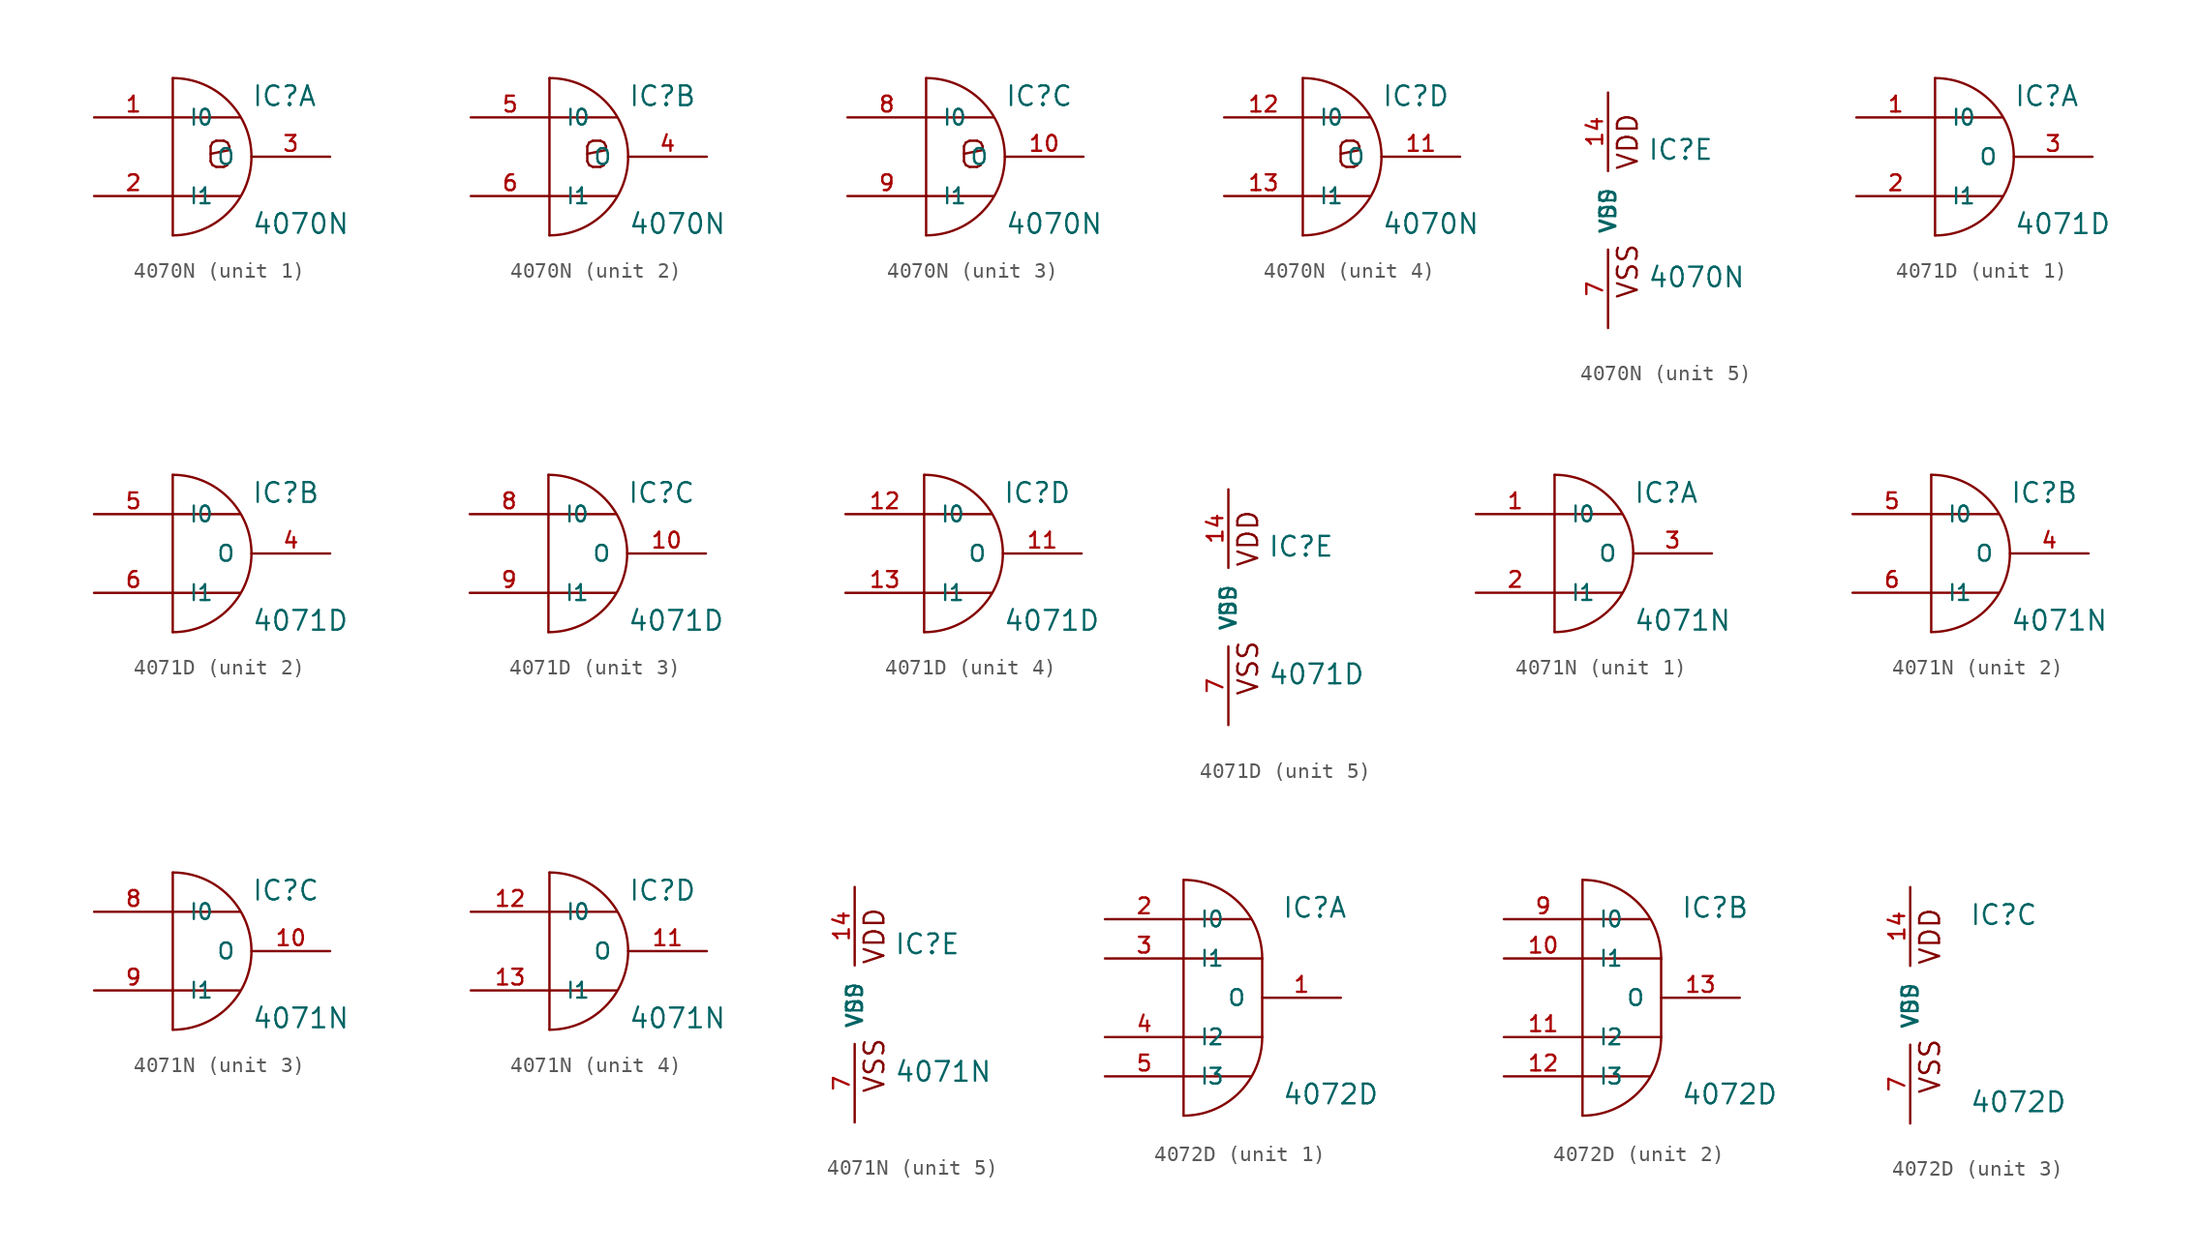
<source format=kicad_sym>
(kicad_symbol_lib
  (version 20211014)
  (generator kicad_symbol_editor)
  (symbol "4070N"
    (pin_names
      (offset 1.016))
    (property "Reference" "IC"
      (at 2.54 3.175 0)
      (effects (font (size 1.27 1.27)) (justify left bottom)))
    (property "Value" "4070N"
      (at 2.54 -5.08 0)
      (effects (font (size 1.27 1.27)) (justify left bottom)))
    (property "ki_locked" ""
      (at 0 0 0)
      (effects (font (size 1.27 1.27))))
    (symbol "4070N_1_0"
      (polyline (pts (xy -2.54 5.08) (xy -2.54 -5.08)) (stroke (width 0) (type default) (color 0 0 0 0)) (fill (type none)))
      (polyline (pts (xy 1.778 -2.54) (xy -2.54 -2.54)) (stroke (width 0) (type default) (color 0 0 0 0)) (fill (type none)))
      (polyline (pts (xy 1.778 2.54) (xy -2.54 2.54)) (stroke (width 0) (type default) (color 0 0 0 0)) (fill (type none)))
      (text "e" (at 0.508 0.508 0) (effects (font (size 2.54 2.54)))))
    (symbol "4070N_1_1"
      (arc (start -2.54 -5.08) (mid 2.54 0) (end -2.54 5.08) (stroke (width 0) (type default) (color 0 0 0 0)) (fill (type none)))
      (pin input line (at -7.62 2.54 0) (length 5.08) (name "I0" (effects (font (size 1.016 1.016)))) (number "1" (effects (font (size 1.016 1.016)))))
      (pin input line (at -7.62 -2.54 0) (length 5.08) (name "I1" (effects (font (size 1.016 1.016)))) (number "2" (effects (font (size 1.016 1.016)))))
      (pin output line (at 7.62 0 180) (length 5.08) (name "O" (effects (font (size 1.016 1.016)))) (number "3" (effects (font (size 1.016 1.016))))))
    (symbol "4070N_2_0"
      (polyline (pts (xy -2.54 5.08) (xy -2.54 -5.08)) (stroke (width 0) (type default) (color 0 0 0 0)) (fill (type none)))
      (polyline (pts (xy 1.778 -2.54) (xy -2.54 -2.54)) (stroke (width 0) (type default) (color 0 0 0 0)) (fill (type none)))
      (polyline (pts (xy 1.778 2.54) (xy -2.54 2.54)) (stroke (width 0) (type default) (color 0 0 0 0)) (fill (type none)))
      (text "e" (at 0.508 0.508 0) (effects (font (size 2.54 2.54)))))
    (symbol "4070N_2_1"
      (arc (start -2.54 -5.08) (mid 2.54 0) (end -2.54 5.08) (stroke (width 0) (type default) (color 0 0 0 0)) (fill (type none)))
      (pin output line (at 7.62 0 180) (length 5.08) (name "O" (effects (font (size 1.016 1.016)))) (number "4" (effects (font (size 1.016 1.016)))))
      (pin input line (at -7.62 2.54 0) (length 5.08) (name "I0" (effects (font (size 1.016 1.016)))) (number "5" (effects (font (size 1.016 1.016)))))
      (pin input line (at -7.62 -2.54 0) (length 5.08) (name "I1" (effects (font (size 1.016 1.016)))) (number "6" (effects (font (size 1.016 1.016))))))
    (symbol "4070N_3_0"
      (polyline (pts (xy -2.54 5.08) (xy -2.54 -5.08)) (stroke (width 0) (type default) (color 0 0 0 0)) (fill (type none)))
      (polyline (pts (xy 1.778 -2.54) (xy -2.54 -2.54)) (stroke (width 0) (type default) (color 0 0 0 0)) (fill (type none)))
      (polyline (pts (xy 1.778 2.54) (xy -2.54 2.54)) (stroke (width 0) (type default) (color 0 0 0 0)) (fill (type none)))
      (text "e" (at 0.508 0.508 0) (effects (font (size 2.54 2.54)))))
    (symbol "4070N_3_1"
      (arc (start -2.54 -5.08) (mid 2.54 0) (end -2.54 5.08) (stroke (width 0) (type default) (color 0 0 0 0)) (fill (type none)))
      (pin output line (at 7.62 0 180) (length 5.08) (name "O" (effects (font (size 1.016 1.016)))) (number "10" (effects (font (size 1.016 1.016)))))
      (pin input line (at -7.62 2.54 0) (length 5.08) (name "I0" (effects (font (size 1.016 1.016)))) (number "8" (effects (font (size 1.016 1.016)))))
      (pin input line (at -7.62 -2.54 0) (length 5.08) (name "I1" (effects (font (size 1.016 1.016)))) (number "9" (effects (font (size 1.016 1.016))))))
    (symbol "4070N_4_0"
      (polyline (pts (xy -2.54 5.08) (xy -2.54 -5.08)) (stroke (width 0) (type default) (color 0 0 0 0)) (fill (type none)))
      (polyline (pts (xy 1.778 -2.54) (xy -2.54 -2.54)) (stroke (width 0) (type default) (color 0 0 0 0)) (fill (type none)))
      (polyline (pts (xy 1.778 2.54) (xy -2.54 2.54)) (stroke (width 0) (type default) (color 0 0 0 0)) (fill (type none)))
      (text "e" (at 0.508 0.508 0) (effects (font (size 2.54 2.54)))))
    (symbol "4070N_4_1"
      (arc (start -2.54 -5.08) (mid 2.54 0) (end -2.54 5.08) (stroke (width 0) (type default) (color 0 0 0 0)) (fill (type none)))
      (pin output line (at 7.62 0 180) (length 5.08) (name "O" (effects (font (size 1.016 1.016)))) (number "11" (effects (font (size 1.016 1.016)))))
      (pin input line (at -7.62 2.54 0) (length 5.08) (name "I0" (effects (font (size 1.016 1.016)))) (number "12" (effects (font (size 1.016 1.016)))))
      (pin input line (at -7.62 -2.54 0) (length 5.08) (name "I1" (effects (font (size 1.016 1.016)))) (number "13" (effects (font (size 1.016 1.016))))))
    (symbol "4070N_5_0"
      (text "VDD" (at 1.27 4.445 1) (effects (font (size 1.27 1.27))))
      (text "VSS" (at 1.27 -3.937 1) (effects (font (size 1.27 1.27)))))
    (symbol "4070N_5_1"
      (pin power_in line (at 0 7.62 270) (length 5.08) (name "VDD" (effects (font (size 1.016 1.016)))) (number "14" (effects (font (size 1.016 1.016)))))
      (pin power_in line (at 0 -7.62 90) (length 5.08) (name "VSS" (effects (font (size 1.016 1.016)))) (number "7" (effects (font (size 1.016 1.016)))))))
  (symbol "4071D"
    (pin_names
      (offset 1.016))
    (property "Reference" "IC"
      (at 2.54 3.175 0)
      (effects (font (size 1.27 1.27)) (justify left bottom)))
    (property "Value" "4071D"
      (at 2.54 -5.08 0)
      (effects (font (size 1.27 1.27)) (justify left bottom)))
    (property "ki_locked" ""
      (at 0 0 0)
      (effects (font (size 1.27 1.27))))
    (symbol "4071D_1_0"
      (polyline (pts (xy -2.54 5.08) (xy -2.54 -5.08)) (stroke (width 0) (type default) (color 0 0 0 0)) (fill (type none)))
      (polyline (pts (xy 1.778 -2.54) (xy -2.54 -2.54)) (stroke (width 0) (type default) (color 0 0 0 0)) (fill (type none)))
      (polyline (pts (xy 1.778 2.54) (xy -2.54 2.54)) (stroke (width 0) (type default) (color 0 0 0 0)) (fill (type none))))
    (symbol "4071D_1_1"
      (arc (start -2.54 -5.08) (mid 2.54 0) (end -2.54 5.08) (stroke (width 0) (type default) (color 0 0 0 0)) (fill (type none)))
      (pin input line (at -7.62 2.54 0) (length 5.08) (name "I0" (effects (font (size 1.016 1.016)))) (number "1" (effects (font (size 1.016 1.016)))))
      (pin input line (at -7.62 -2.54 0) (length 5.08) (name "I1" (effects (font (size 1.016 1.016)))) (number "2" (effects (font (size 1.016 1.016)))))
      (pin output line (at 7.62 0 180) (length 5.08) (name "O" (effects (font (size 1.016 1.016)))) (number "3" (effects (font (size 1.016 1.016))))))
    (symbol "4071D_2_0"
      (polyline (pts (xy -2.54 5.08) (xy -2.54 -5.08)) (stroke (width 0) (type default) (color 0 0 0 0)) (fill (type none)))
      (polyline (pts (xy 1.778 -2.54) (xy -2.54 -2.54)) (stroke (width 0) (type default) (color 0 0 0 0)) (fill (type none)))
      (polyline (pts (xy 1.778 2.54) (xy -2.54 2.54)) (stroke (width 0) (type default) (color 0 0 0 0)) (fill (type none))))
    (symbol "4071D_2_1"
      (arc (start -2.54 -5.08) (mid 2.54 0) (end -2.54 5.08) (stroke (width 0) (type default) (color 0 0 0 0)) (fill (type none)))
      (pin output line (at 7.62 0 180) (length 5.08) (name "O" (effects (font (size 1.016 1.016)))) (number "4" (effects (font (size 1.016 1.016)))))
      (pin input line (at -7.62 2.54 0) (length 5.08) (name "I0" (effects (font (size 1.016 1.016)))) (number "5" (effects (font (size 1.016 1.016)))))
      (pin input line (at -7.62 -2.54 0) (length 5.08) (name "I1" (effects (font (size 1.016 1.016)))) (number "6" (effects (font (size 1.016 1.016))))))
    (symbol "4071D_3_0"
      (polyline (pts (xy -2.54 5.08) (xy -2.54 -5.08)) (stroke (width 0) (type default) (color 0 0 0 0)) (fill (type none)))
      (polyline (pts (xy 1.778 -2.54) (xy -2.54 -2.54)) (stroke (width 0) (type default) (color 0 0 0 0)) (fill (type none)))
      (polyline (pts (xy 1.778 2.54) (xy -2.54 2.54)) (stroke (width 0) (type default) (color 0 0 0 0)) (fill (type none))))
    (symbol "4071D_3_1"
      (arc (start -2.54 -5.08) (mid 2.54 0) (end -2.54 5.08) (stroke (width 0) (type default) (color 0 0 0 0)) (fill (type none)))
      (pin output line (at 7.62 0 180) (length 5.08) (name "O" (effects (font (size 1.016 1.016)))) (number "10" (effects (font (size 1.016 1.016)))))
      (pin input line (at -7.62 2.54 0) (length 5.08) (name "I0" (effects (font (size 1.016 1.016)))) (number "8" (effects (font (size 1.016 1.016)))))
      (pin input line (at -7.62 -2.54 0) (length 5.08) (name "I1" (effects (font (size 1.016 1.016)))) (number "9" (effects (font (size 1.016 1.016))))))
    (symbol "4071D_4_0"
      (polyline (pts (xy -2.54 5.08) (xy -2.54 -5.08)) (stroke (width 0) (type default) (color 0 0 0 0)) (fill (type none)))
      (polyline (pts (xy 1.778 -2.54) (xy -2.54 -2.54)) (stroke (width 0) (type default) (color 0 0 0 0)) (fill (type none)))
      (polyline (pts (xy 1.778 2.54) (xy -2.54 2.54)) (stroke (width 0) (type default) (color 0 0 0 0)) (fill (type none))))
    (symbol "4071D_4_1"
      (arc (start -2.54 -5.08) (mid 2.54 0) (end -2.54 5.08) (stroke (width 0) (type default) (color 0 0 0 0)) (fill (type none)))
      (pin output line (at 7.62 0 180) (length 5.08) (name "O" (effects (font (size 1.016 1.016)))) (number "11" (effects (font (size 1.016 1.016)))))
      (pin input line (at -7.62 2.54 0) (length 5.08) (name "I0" (effects (font (size 1.016 1.016)))) (number "12" (effects (font (size 1.016 1.016)))))
      (pin input line (at -7.62 -2.54 0) (length 5.08) (name "I1" (effects (font (size 1.016 1.016)))) (number "13" (effects (font (size 1.016 1.016))))))
    (symbol "4071D_5_0"
      (text "VDD" (at 1.27 4.445 1) (effects (font (size 1.27 1.27))))
      (text "VSS" (at 1.27 -3.937 1) (effects (font (size 1.27 1.27)))))
    (symbol "4071D_5_1"
      (pin power_in line (at 0 7.62 270) (length 5.08) (name "VDD" (effects (font (size 1.016 1.016)))) (number "14" (effects (font (size 1.016 1.016)))))
      (pin power_in line (at 0 -7.62 90) (length 5.08) (name "VSS" (effects (font (size 1.016 1.016)))) (number "7" (effects (font (size 1.016 1.016)))))))
  (symbol "4071N"
    (pin_names
      (offset 1.016))
    (property "Reference" "IC"
      (at 2.54 3.175 0)
      (effects (font (size 1.27 1.27)) (justify left bottom)))
    (property "Value" "4071N"
      (at 2.54 -5.08 0)
      (effects (font (size 1.27 1.27)) (justify left bottom)))
    (property "ki_locked" ""
      (at 0 0 0)
      (effects (font (size 1.27 1.27))))
    (symbol "4071N_1_0"
      (polyline (pts (xy -2.54 5.08) (xy -2.54 -5.08)) (stroke (width 0) (type default) (color 0 0 0 0)) (fill (type none)))
      (polyline (pts (xy 1.778 -2.54) (xy -2.54 -2.54)) (stroke (width 0) (type default) (color 0 0 0 0)) (fill (type none)))
      (polyline (pts (xy 1.778 2.54) (xy -2.54 2.54)) (stroke (width 0) (type default) (color 0 0 0 0)) (fill (type none))))
    (symbol "4071N_1_1"
      (arc (start -2.54 -5.08) (mid 2.54 0) (end -2.54 5.08) (stroke (width 0) (type default) (color 0 0 0 0)) (fill (type none)))
      (pin input line (at -7.62 2.54 0) (length 5.08) (name "I0" (effects (font (size 1.016 1.016)))) (number "1" (effects (font (size 1.016 1.016)))))
      (pin input line (at -7.62 -2.54 0) (length 5.08) (name "I1" (effects (font (size 1.016 1.016)))) (number "2" (effects (font (size 1.016 1.016)))))
      (pin output line (at 7.62 0 180) (length 5.08) (name "O" (effects (font (size 1.016 1.016)))) (number "3" (effects (font (size 1.016 1.016))))))
    (symbol "4071N_2_0"
      (polyline (pts (xy -2.54 5.08) (xy -2.54 -5.08)) (stroke (width 0) (type default) (color 0 0 0 0)) (fill (type none)))
      (polyline (pts (xy 1.778 -2.54) (xy -2.54 -2.54)) (stroke (width 0) (type default) (color 0 0 0 0)) (fill (type none)))
      (polyline (pts (xy 1.778 2.54) (xy -2.54 2.54)) (stroke (width 0) (type default) (color 0 0 0 0)) (fill (type none))))
    (symbol "4071N_2_1"
      (arc (start -2.54 -5.08) (mid 2.54 0) (end -2.54 5.08) (stroke (width 0) (type default) (color 0 0 0 0)) (fill (type none)))
      (pin output line (at 7.62 0 180) (length 5.08) (name "O" (effects (font (size 1.016 1.016)))) (number "4" (effects (font (size 1.016 1.016)))))
      (pin input line (at -7.62 2.54 0) (length 5.08) (name "I0" (effects (font (size 1.016 1.016)))) (number "5" (effects (font (size 1.016 1.016)))))
      (pin input line (at -7.62 -2.54 0) (length 5.08) (name "I1" (effects (font (size 1.016 1.016)))) (number "6" (effects (font (size 1.016 1.016))))))
    (symbol "4071N_3_0"
      (polyline (pts (xy -2.54 5.08) (xy -2.54 -5.08)) (stroke (width 0) (type default) (color 0 0 0 0)) (fill (type none)))
      (polyline (pts (xy 1.778 -2.54) (xy -2.54 -2.54)) (stroke (width 0) (type default) (color 0 0 0 0)) (fill (type none)))
      (polyline (pts (xy 1.778 2.54) (xy -2.54 2.54)) (stroke (width 0) (type default) (color 0 0 0 0)) (fill (type none))))
    (symbol "4071N_3_1"
      (arc (start -2.54 -5.08) (mid 2.54 0) (end -2.54 5.08) (stroke (width 0) (type default) (color 0 0 0 0)) (fill (type none)))
      (pin output line (at 7.62 0 180) (length 5.08) (name "O" (effects (font (size 1.016 1.016)))) (number "10" (effects (font (size 1.016 1.016)))))
      (pin input line (at -7.62 2.54 0) (length 5.08) (name "I0" (effects (font (size 1.016 1.016)))) (number "8" (effects (font (size 1.016 1.016)))))
      (pin input line (at -7.62 -2.54 0) (length 5.08) (name "I1" (effects (font (size 1.016 1.016)))) (number "9" (effects (font (size 1.016 1.016))))))
    (symbol "4071N_4_0"
      (polyline (pts (xy -2.54 5.08) (xy -2.54 -5.08)) (stroke (width 0) (type default) (color 0 0 0 0)) (fill (type none)))
      (polyline (pts (xy 1.778 -2.54) (xy -2.54 -2.54)) (stroke (width 0) (type default) (color 0 0 0 0)) (fill (type none)))
      (polyline (pts (xy 1.778 2.54) (xy -2.54 2.54)) (stroke (width 0) (type default) (color 0 0 0 0)) (fill (type none))))
    (symbol "4071N_4_1"
      (arc (start -2.54 -5.08) (mid 2.54 0) (end -2.54 5.08) (stroke (width 0) (type default) (color 0 0 0 0)) (fill (type none)))
      (pin output line (at 7.62 0 180) (length 5.08) (name "O" (effects (font (size 1.016 1.016)))) (number "11" (effects (font (size 1.016 1.016)))))
      (pin input line (at -7.62 2.54 0) (length 5.08) (name "I0" (effects (font (size 1.016 1.016)))) (number "12" (effects (font (size 1.016 1.016)))))
      (pin input line (at -7.62 -2.54 0) (length 5.08) (name "I1" (effects (font (size 1.016 1.016)))) (number "13" (effects (font (size 1.016 1.016))))))
    (symbol "4071N_5_0"
      (text "VDD" (at 1.27 4.445 1) (effects (font (size 1.27 1.27))))
      (text "VSS" (at 1.27 -3.937 1) (effects (font (size 1.27 1.27)))))
    (symbol "4071N_5_1"
      (pin power_in line (at 0 7.62 270) (length 5.08) (name "VDD" (effects (font (size 1.016 1.016)))) (number "14" (effects (font (size 1.016 1.016)))))
      (pin power_in line (at 0 -7.62 90) (length 5.08) (name "VSS" (effects (font (size 1.016 1.016)))) (number "7" (effects (font (size 1.016 1.016)))))))
  (symbol "4072D"
    (pin_names
      (offset 1.016))
    (property "Reference" "IC"
      (at 3.81 5.08 0)
      (effects (font (size 1.27 1.27)) (justify left bottom)))
    (property "Value" "4072D"
      (at 3.81 -6.985 0)
      (effects (font (size 1.27 1.27)) (justify left bottom)))
    (property "ki_locked" ""
      (at 0 0 0)
      (effects (font (size 1.27 1.27))))
    (symbol "4072D_1_0"
      (polyline (pts (xy -2.54 -5.08) (xy 1.778 -5.08)) (stroke (width 0) (type default) (color 0 0 0 0)) (fill (type none)))
      (polyline (pts (xy -2.54 -2.54) (xy 2.54 -2.54)) (stroke (width 0) (type default) (color 0 0 0 0)) (fill (type none)))
      (polyline (pts (xy -2.54 2.54) (xy 2.54 2.54)) (stroke (width 0) (type default) (color 0 0 0 0)) (fill (type none)))
      (polyline (pts (xy -2.54 5.08) (xy 1.778 5.08)) (stroke (width 0) (type default) (color 0 0 0 0)) (fill (type none)))
      (polyline (pts (xy -2.54 7.62) (xy -2.54 -7.62)) (stroke (width 0) (type default) (color 0 0 0 0)) (fill (type none)))
      (polyline (pts (xy 2.54 2.54) (xy 2.54 -2.54)) (stroke (width 0) (type default) (color 0 0 0 0)) (fill (type none))))
    (symbol "4072D_1_1"
      (arc (start -2.54 -7.62) (mid 1.0521 -6.1321) (end 2.54 -2.54) (stroke (width 0) (type default) (color 0 0 0 0)) (fill (type none)))
      (arc (start 2.54 2.54) (mid 1.0521 6.1321) (end -2.54 7.62) (stroke (width 0) (type default) (color 0 0 0 0)) (fill (type none)))
      (pin output line (at 7.62 0 180) (length 5.08) (name "O" (effects (font (size 1.016 1.016)))) (number "1" (effects (font (size 1.016 1.016)))))
      (pin input line (at -7.62 5.08 0) (length 5.08) (name "I0" (effects (font (size 1.016 1.016)))) (number "2" (effects (font (size 1.016 1.016)))))
      (pin input line (at -7.62 2.54 0) (length 5.08) (name "I1" (effects (font (size 1.016 1.016)))) (number "3" (effects (font (size 1.016 1.016)))))
      (pin input line (at -7.62 -2.54 0) (length 5.08) (name "I2" (effects (font (size 1.016 1.016)))) (number "4" (effects (font (size 1.016 1.016)))))
      (pin input line (at -7.62 -5.08 0) (length 5.08) (name "I3" (effects (font (size 1.016 1.016)))) (number "5" (effects (font (size 1.016 1.016))))))
    (symbol "4072D_2_0"
      (polyline (pts (xy -2.54 -5.08) (xy 1.778 -5.08)) (stroke (width 0) (type default) (color 0 0 0 0)) (fill (type none)))
      (polyline (pts (xy -2.54 -2.54) (xy 2.54 -2.54)) (stroke (width 0) (type default) (color 0 0 0 0)) (fill (type none)))
      (polyline (pts (xy -2.54 2.54) (xy 2.54 2.54)) (stroke (width 0) (type default) (color 0 0 0 0)) (fill (type none)))
      (polyline (pts (xy -2.54 5.08) (xy 1.778 5.08)) (stroke (width 0) (type default) (color 0 0 0 0)) (fill (type none)))
      (polyline (pts (xy -2.54 7.62) (xy -2.54 -7.62)) (stroke (width 0) (type default) (color 0 0 0 0)) (fill (type none)))
      (polyline (pts (xy 2.54 2.54) (xy 2.54 -2.54)) (stroke (width 0) (type default) (color 0 0 0 0)) (fill (type none))))
    (symbol "4072D_2_1"
      (arc (start -2.54 -7.62) (mid 1.0521 -6.1321) (end 2.54 -2.54) (stroke (width 0) (type default) (color 0 0 0 0)) (fill (type none)))
      (arc (start 2.54 2.54) (mid 1.0521 6.1321) (end -2.54 7.62) (stroke (width 0) (type default) (color 0 0 0 0)) (fill (type none)))
      (pin input line (at -7.62 2.54 0) (length 5.08) (name "I1" (effects (font (size 1.016 1.016)))) (number "10" (effects (font (size 1.016 1.016)))))
      (pin input line (at -7.62 -2.54 0) (length 5.08) (name "I2" (effects (font (size 1.016 1.016)))) (number "11" (effects (font (size 1.016 1.016)))))
      (pin input line (at -7.62 -5.08 0) (length 5.08) (name "I3" (effects (font (size 1.016 1.016)))) (number "12" (effects (font (size 1.016 1.016)))))
      (pin output line (at 7.62 0 180) (length 5.08) (name "O" (effects (font (size 1.016 1.016)))) (number "13" (effects (font (size 1.016 1.016)))))
      (pin input line (at -7.62 5.08 0) (length 5.08) (name "I0" (effects (font (size 1.016 1.016)))) (number "9" (effects (font (size 1.016 1.016))))))
    (symbol "4072D_3_0"
      (text "VDD" (at 1.27 4.445 1) (effects (font (size 1.27 1.27))))
      (text "VSS" (at 1.27 -3.937 1) (effects (font (size 1.27 1.27)))))
    (symbol "4072D_3_1"
      (pin power_in line (at 0 7.62 270) (length 5.08) (name "VDD" (effects (font (size 1.016 1.016)))) (number "14" (effects (font (size 1.016 1.016)))))
      (pin power_in line (at 0 -7.62 90) (length 5.08) (name "VSS" (effects (font (size 1.016 1.016)))) (number "7" (effects (font (size 1.016 1.016))))))))
</source>
